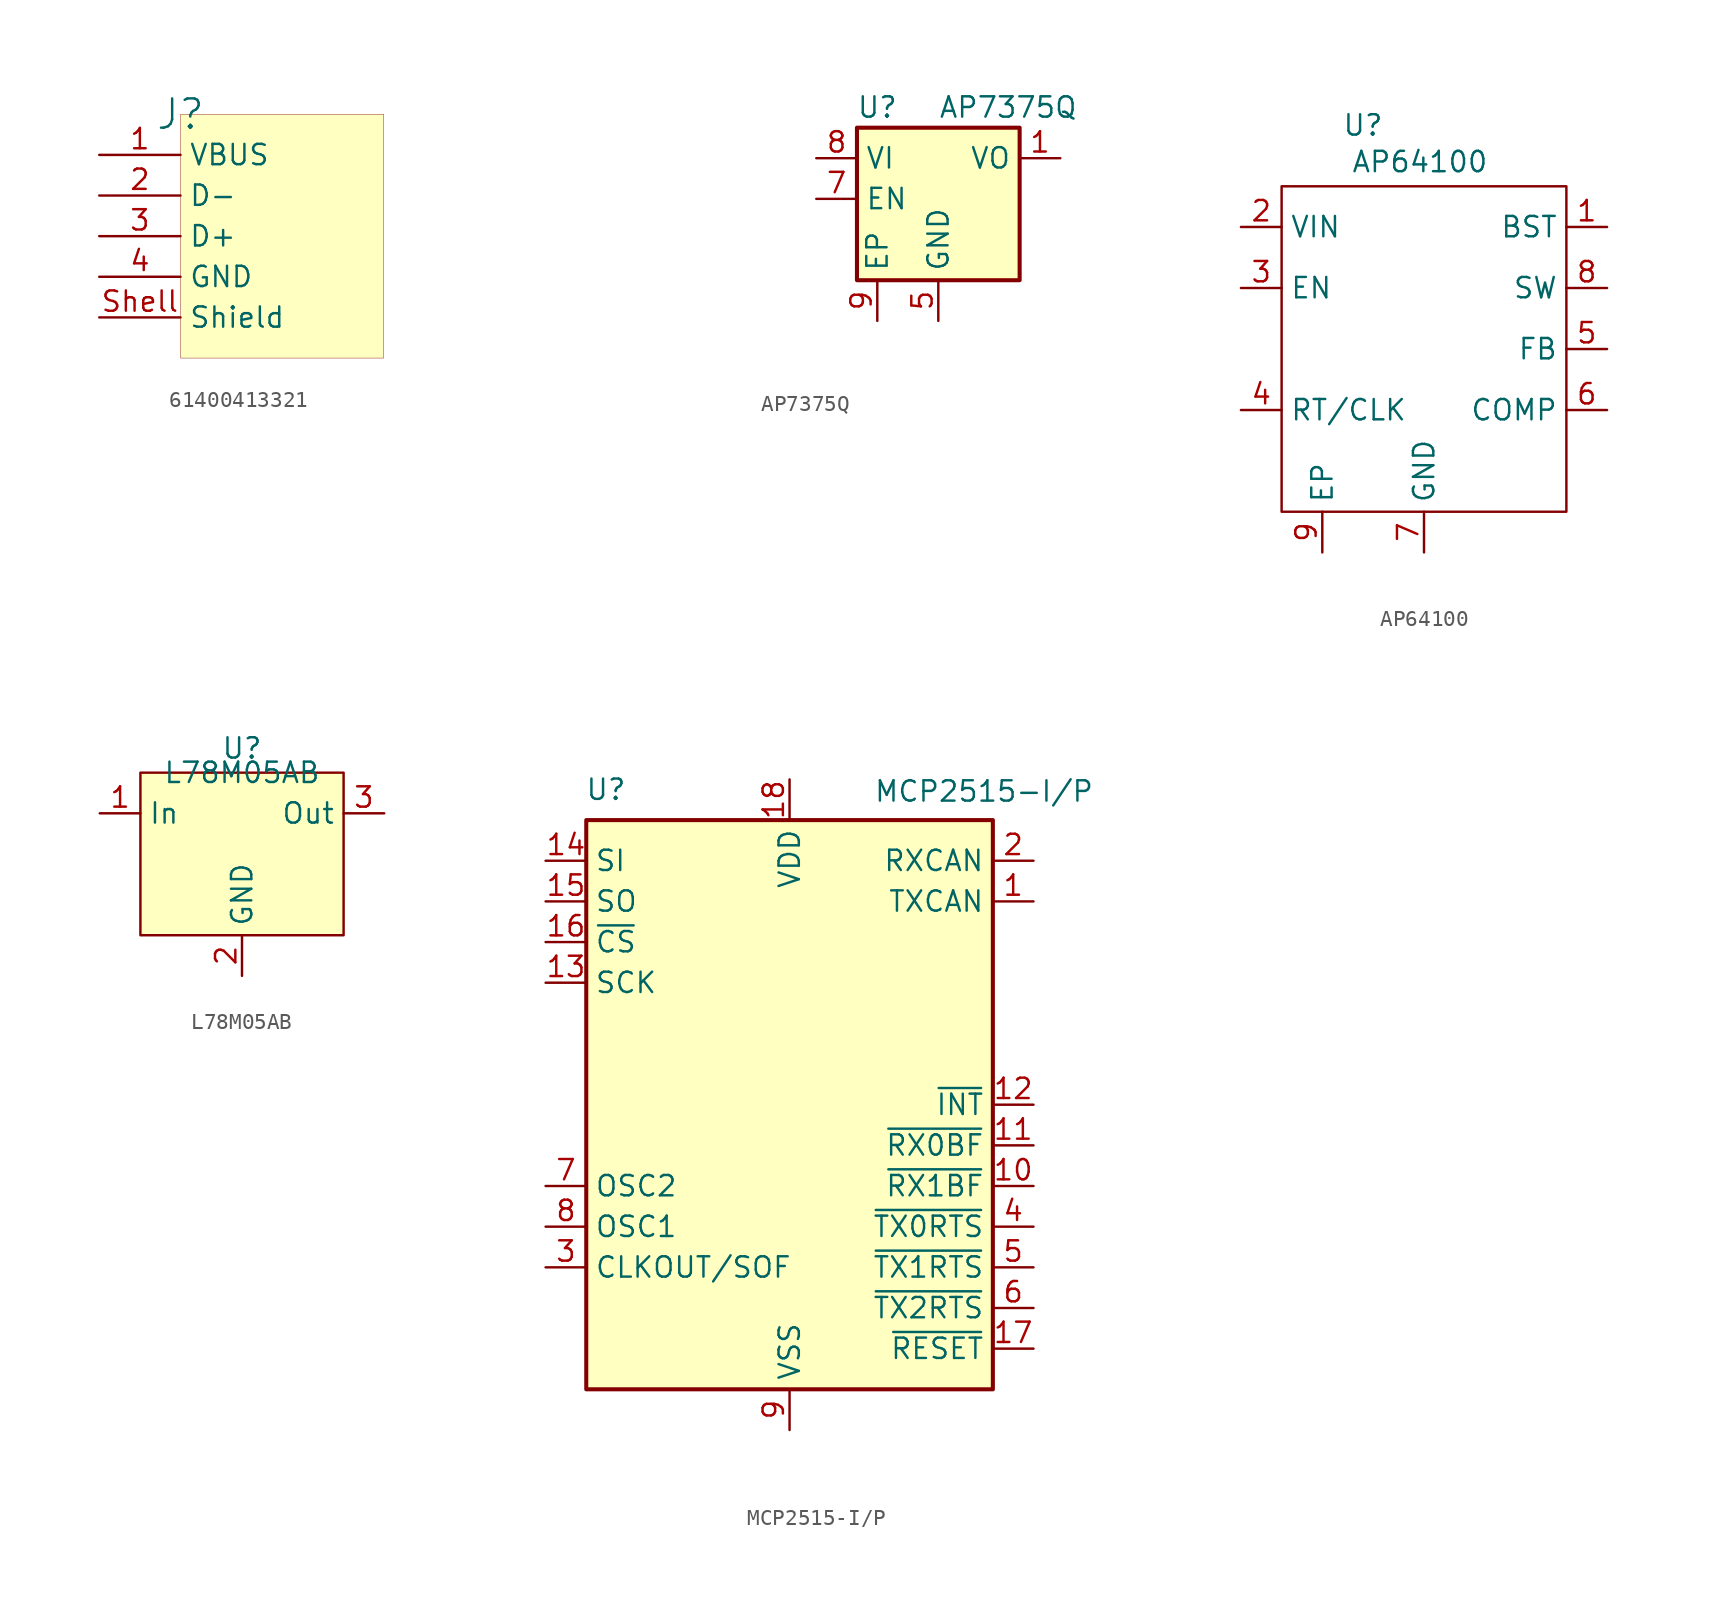
<source format=kicad_sym>
(kicad_symbol_lib
  (version 20241209)
  (generator "kicad_symbol_editor")
  (generator_version "9.0")
  (symbol "61400413321"
    (property "Reference" "J"
      (at 5.08 2.54 0)
      (effects (font (size 1.829 1.829))))
    (symbol "61400413321_1_0"
      (rectangle (start 17.78 2.54) (end 5.08 -12.7) (stroke (width 0.025) (type solid) (color 128 0 0 1)) (fill (type background)))
      (pin passive line (at 0 0 0) (length 5.08) (name "VBUS" (effects (font (size 1.27 1.27)))) (number "1" (effects (font (size 1.27 1.27)))))
      (pin passive line (at 0 -2.54 0) (length 5.08) (name "D-" (effects (font (size 1.27 1.27)))) (number "2" (effects (font (size 1.27 1.27)))))
      (pin passive line (at 0 -5.08 0) (length 5.08) (name "D+" (effects (font (size 1.27 1.27)))) (number "3" (effects (font (size 1.27 1.27)))))
      (pin passive line (at 0 -7.62 0) (length 5.08) (name "GND" (effects (font (size 1.27 1.27)))) (number "4" (effects (font (size 1.27 1.27)))))
      (pin passive line (at 0 -10.16 0) (length 5.08) (name "Shield" (effects (font (size 1.27 1.27)))) (number "Shell" (effects (font (size 1.27 1.27)))))))
  (symbol "AP7375Q"
    (property "Reference" "U"
      (at -3.81 3.175 0)
      (effects (font (size 1.27 1.27))))
    (property "Value" "AP7375Q"
      (at 0 3.175 0)
      (effects (font (size 1.27 1.27)) (justify left)))
    (symbol "AP7375Q_0_1"
      (rectangle (start -5.08 1.905) (end 5.08 -7.62) (stroke (width 0.254) (type default)) (fill (type background))))
    (symbol "AP7375Q_1_1"
      (pin no_connect line (at -25.4 -5.08 0) (length 2.54) (hide yes) (name "NC" (effects (font (size 1.27 1.27)))) (number "2" (effects (font (size 1.27 1.27)))))
      (pin no_connect line (at -25.4 -7.62 0) (length 2.54) (hide yes) (name "NC" (effects (font (size 1.27 1.27)))) (number "3" (effects (font (size 1.27 1.27)))))
      (pin no_connect line (at -25.4 -10.16 0) (length 2.54) (hide yes) (name "NC" (effects (font (size 1.27 1.27)))) (number "4" (effects (font (size 1.27 1.27)))))
      (pin no_connect line (at -25.4 -12.7 0) (length 2.54) (hide yes) (name "NC" (effects (font (size 1.27 1.27)))) (number "6" (effects (font (size 1.27 1.27)))))
      (pin power_in line (at -7.62 0 0) (length 2.54) (name "VI" (effects (font (size 1.27 1.27)))) (number "8" (effects (font (size 1.27 1.27)))))
      (pin input line (at -7.62 -2.54 0) (length 2.54) (name "EN" (effects (font (size 1.27 1.27)))) (number "7" (effects (font (size 1.27 1.27)))))
      (pin passive line (at -3.81 -10.16 90) (length 2.54) (name "EP" (effects (font (size 1.27 1.27)))) (number "9" (effects (font (size 1.27 1.27)))))
      (pin power_in line (at 0 -10.16 90) (length 2.54) (name "GND" (effects (font (size 1.27 1.27)))) (number "5" (effects (font (size 1.27 1.27)))))
      (pin power_out line (at 7.62 0 180) (length 2.54) (name "VO" (effects (font (size 1.27 1.27)))) (number "1" (effects (font (size 1.27 1.27)))))))
  (symbol "AP64100"
    (property "Reference" "U"
      (at -3.81 13.97 0)
      (effects (font (size 1.27 1.27))))
    (property "Value" "AP64100"
      (at -0.254 11.684 0)
      (effects (font (size 1.27 1.27))))
    (symbol "AP64100_0_1"
      (rectangle (start -8.89 10.16) (end 8.89 -10.16) (stroke (width 0) (type default)) (fill (type none))))
    (symbol "AP64100_1_1"
      (pin power_in line (at -11.43 7.62 0) (length 2.54) (name "VIN" (effects (font (size 1.27 1.27)))) (number "2" (effects (font (size 1.27 1.27)))))
      (pin input line (at -11.43 3.81 0) (length 2.54) (name "EN" (effects (font (size 1.27 1.27)))) (number "3" (effects (font (size 1.27 1.27)))))
      (pin input line (at -11.43 -3.81 0) (length 2.54) (name "RT/CLK" (effects (font (size 1.27 1.27)))) (number "4" (effects (font (size 1.27 1.27)))))
      (pin passive line (at -6.35 -12.7 90) (length 2.54) (name "EP" (effects (font (size 1.27 1.27)))) (number "9" (effects (font (size 1.27 1.27)))))
      (pin power_in line (at 0 -12.7 90) (length 2.54) (name "GND" (effects (font (size 1.27 1.27)))) (number "7" (effects (font (size 1.27 1.27)))))
      (pin input line (at 11.43 7.62 180) (length 2.54) (name "BST" (effects (font (size 1.27 1.27)))) (number "1" (effects (font (size 1.27 1.27)))))
      (pin power_out line (at 11.43 3.81 180) (length 2.54) (name "SW" (effects (font (size 1.27 1.27)))) (number "8" (effects (font (size 1.27 1.27)))))
      (pin input line (at 11.43 0 180) (length 2.54) (name "FB" (effects (font (size 1.27 1.27)))) (number "5" (effects (font (size 1.27 1.27)))))
      (pin input line (at 11.43 -3.81 180) (length 2.54) (name "COMP" (effects (font (size 1.27 1.27)))) (number "6" (effects (font (size 1.27 1.27)))))))
  (symbol "L78M05AB"
    (property "Reference" "U"
      (at 0 1.524 0)
      (effects (font (size 1.27 1.27))))
    (property "Value" "L78M05AB"
      (at 0 0 0)
      (effects (font (size 1.27 1.27))))
    (symbol "L78M05AB_1_1"
      (rectangle (start -6.35 0) (end 6.35 -10.16) (stroke (width 0) (type solid)) (fill (type background)))
      (pin power_in line (at -8.89 -2.54 0) (length 2.54) (name "In" (effects (font (size 1.27 1.27)))) (number "1" (effects (font (size 1.27 1.27)))))
      (pin power_in line (at 0 -12.7 90) (length 2.54) (name "GND" (effects (font (size 1.27 1.27)))) (number "2" (effects (font (size 1.27 1.27)))))
      (pin power_out line (at 8.89 -2.54 180) (length 2.54) (name "Out" (effects (font (size 1.27 1.27)))) (number "3" (effects (font (size 1.27 1.27)))))))
  (symbol "MCP2515-I/P"
    (property "Reference" "U"
      (at -10.16 19.685 0)
      (effects (font (size 1.27 1.27)) (justify right)))
    (property "Value" "MCP2515-I/P"
      (at 19.05 20.32 0)
      (effects (font (size 1.27 1.27)) (justify right top)))
    (symbol "MCP2515-I/P_0_1"
      (rectangle (start -12.7 17.78) (end 12.7 -17.78) (stroke (width 0.254) (type default)) (fill (type background))))
    (symbol "MCP2515-I/P_1_1"
      (pin input line (at -15.24 15.24 0) (length 2.54) (name "SI" (effects (font (size 1.27 1.27)))) (number "14" (effects (font (size 1.27 1.27)))))
      (pin tri_state line (at -15.24 12.7 0) (length 2.54) (name "SO" (effects (font (size 1.27 1.27)))) (number "15" (effects (font (size 1.27 1.27)))))
      (pin input line (at -15.24 10.16 0) (length 2.54) (name "~{CS}" (effects (font (size 1.27 1.27)))) (number "16" (effects (font (size 1.27 1.27)))))
      (pin input line (at -15.24 7.62 0) (length 2.54) (name "SCK" (effects (font (size 1.27 1.27)))) (number "13" (effects (font (size 1.27 1.27)))))
      (pin output line (at -15.24 -5.08 0) (length 2.54) (name "OSC2" (effects (font (size 1.27 1.27)))) (number "7" (effects (font (size 1.27 1.27)))))
      (pin input line (at -15.24 -7.62 0) (length 2.54) (name "OSC1" (effects (font (size 1.27 1.27)))) (number "8" (effects (font (size 1.27 1.27)))))
      (pin output line (at -15.24 -10.16 0) (length 2.54) (name "CLKOUT/SOF" (effects (font (size 1.27 1.27)))) (number "3" (effects (font (size 1.27 1.27)))))
      (pin power_in line (at 0 20.32 270) (length 2.54) (name "VDD" (effects (font (size 1.27 1.27)))) (number "18" (effects (font (size 1.27 1.27)))))
      (pin power_in line (at 0 -20.32 90) (length 2.54) (name "VSS" (effects (font (size 1.27 1.27)))) (number "9" (effects (font (size 1.27 1.27)))))
      (pin input line (at 15.24 15.24 180) (length 2.54) (name "RXCAN" (effects (font (size 1.27 1.27)))) (number "2" (effects (font (size 1.27 1.27)))))
      (pin output line (at 15.24 12.7 180) (length 2.54) (name "TXCAN" (effects (font (size 1.27 1.27)))) (number "1" (effects (font (size 1.27 1.27)))))
      (pin output line (at 15.24 0 180) (length 2.54) (name "~{INT}" (effects (font (size 1.27 1.27)))) (number "12" (effects (font (size 1.27 1.27)))))
      (pin output line (at 15.24 -2.54 180) (length 2.54) (name "~{RX0BF}" (effects (font (size 1.27 1.27)))) (number "11" (effects (font (size 1.27 1.27)))))
      (pin output line (at 15.24 -5.08 180) (length 2.54) (name "~{RX1BF}" (effects (font (size 1.27 1.27)))) (number "10" (effects (font (size 1.27 1.27)))))
      (pin input line (at 15.24 -7.62 180) (length 2.54) (name "~{TX0RTS}" (effects (font (size 1.27 1.27)))) (number "4" (effects (font (size 1.27 1.27)))))
      (pin input line (at 15.24 -10.16 180) (length 2.54) (name "~{TX1RTS}" (effects (font (size 1.27 1.27)))) (number "5" (effects (font (size 1.27 1.27)))))
      (pin input line (at 15.24 -12.7 180) (length 2.54) (name "~{TX2RTS}" (effects (font (size 1.27 1.27)))) (number "6" (effects (font (size 1.27 1.27)))))
      (pin input line (at 15.24 -15.24 180) (length 2.54) (name "~{RESET}" (effects (font (size 1.27 1.27)))) (number "17" (effects (font (size 1.27 1.27))))))))
</source>
